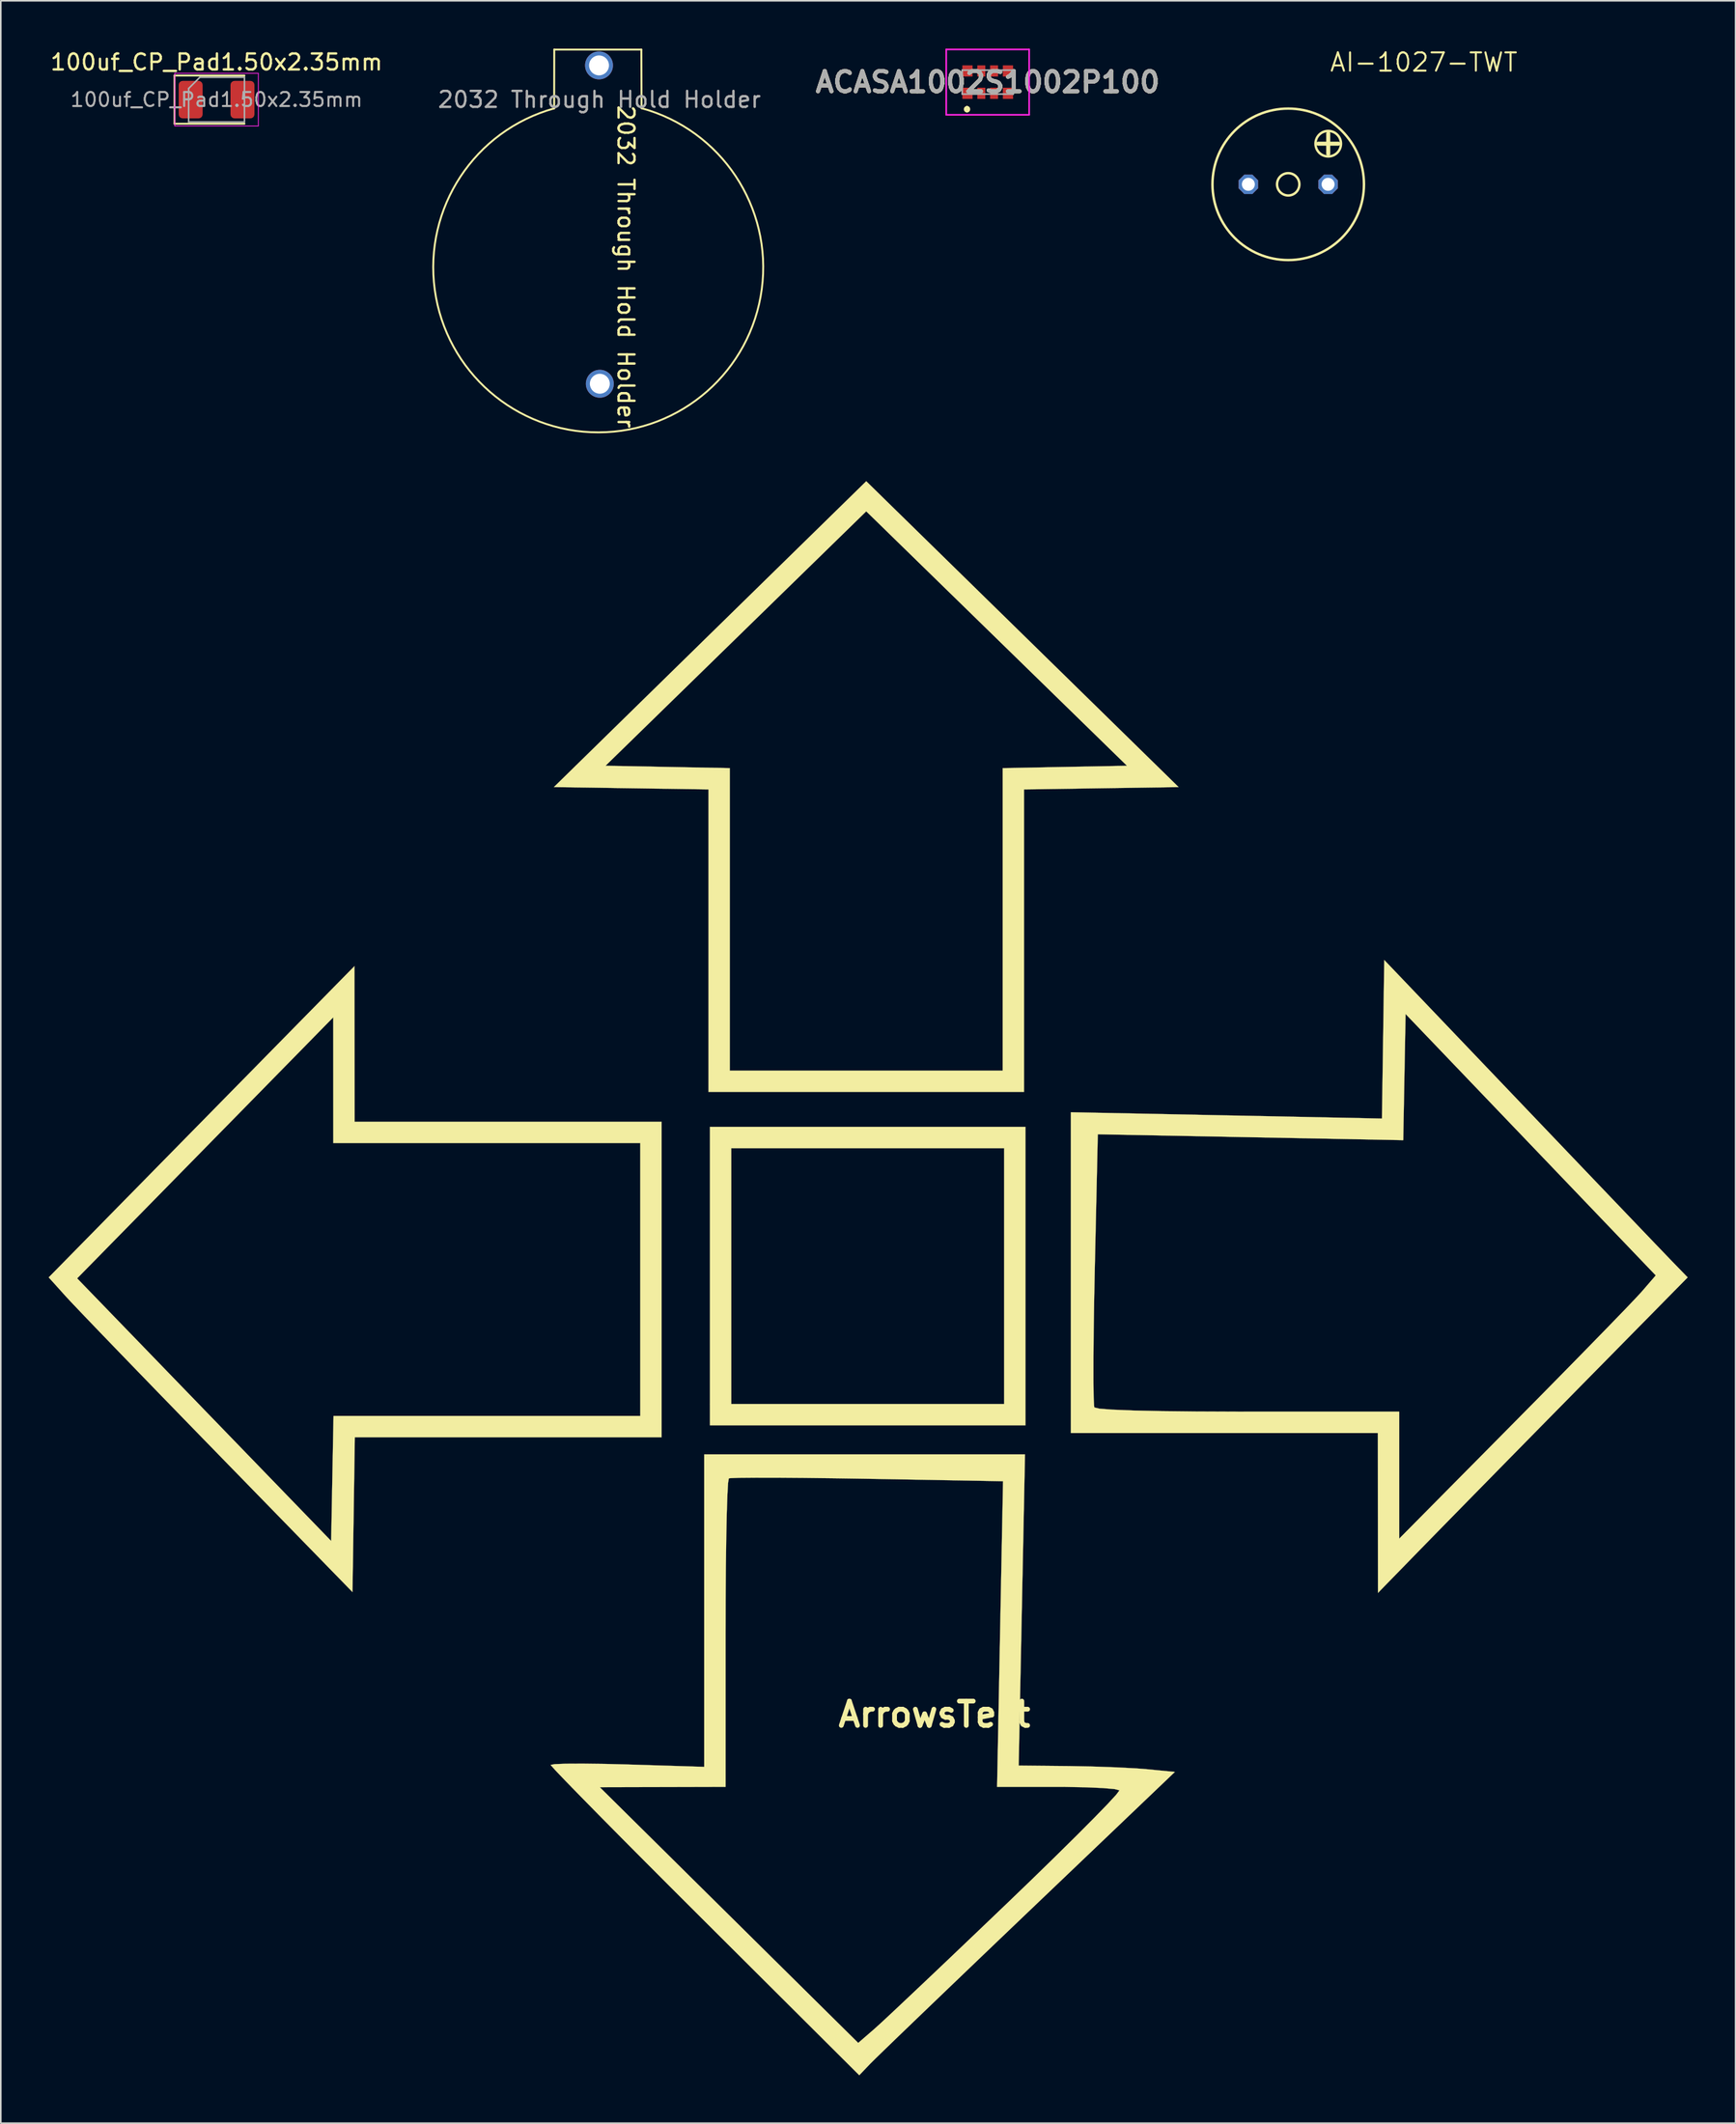
<source format=kicad_pcb>
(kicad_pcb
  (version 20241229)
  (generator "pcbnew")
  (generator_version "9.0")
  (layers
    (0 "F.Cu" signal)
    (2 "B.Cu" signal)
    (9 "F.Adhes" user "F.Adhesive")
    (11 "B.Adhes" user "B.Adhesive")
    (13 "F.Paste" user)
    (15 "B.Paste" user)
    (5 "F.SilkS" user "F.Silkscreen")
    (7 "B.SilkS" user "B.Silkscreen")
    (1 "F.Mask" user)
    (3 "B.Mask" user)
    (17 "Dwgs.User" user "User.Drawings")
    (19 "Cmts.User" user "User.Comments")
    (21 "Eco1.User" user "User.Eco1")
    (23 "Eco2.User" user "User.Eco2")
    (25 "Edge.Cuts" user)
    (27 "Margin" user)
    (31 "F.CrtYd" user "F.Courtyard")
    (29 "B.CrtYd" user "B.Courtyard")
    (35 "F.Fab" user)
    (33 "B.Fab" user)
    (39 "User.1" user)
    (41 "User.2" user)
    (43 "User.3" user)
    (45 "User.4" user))
  (footprint "AI-1027-TWT"
    (layer "F.Cu")
    (at 77.734 8.509)
    (property "Reference" "AI-1027-TWT" (at 2.54 -6.985 0) (unlocked yes) (layer "F.SilkS") (effects (font (size 1.143 1.143) (thickness 0.127)) (justify left bottom)))
    (fp_line (start 1.875 -2.548) (end 3.145 -2.548) (stroke (width 0.254) (type solid)) (layer "F.SilkS"))
    (fp_line (start 2.51 -3.183) (end 2.51 -1.913) (stroke (width 0.254) (type solid)) (layer "F.SilkS"))
    (fp_circle (center 0 0) (end 0.7 0) (stroke (width 0.152) (type solid)) (fill no) (layer "F.SilkS"))
    (fp_circle (center 0 0) (end 4.75 0) (stroke (width 0.152) (type solid)) (fill no) (layer "F.SilkS"))
    (fp_circle (center 2.51 -2.548) (end 3.31 -2.548) (stroke (width 0.152) (type solid)) (fill no) (layer "F.SilkS"))
    (pad "+" thru_hole roundrect (at 2.5 0) (size 1.219 1.219) (drill 0.813) (layers "*.Cu" "*.Mask") (roundrect_rratio 0.25) (chamfer_ratio 0.293) (chamfer top_left top_right bottom_left bottom_right))
    (pad "-" thru_hole roundrect (at -2.5 0) (size 1.219 1.219) (drill 0.813) (layers "*.Cu" "*.Mask") (roundrect_rratio 0.25) (chamfer_ratio 0.293) (chamfer top_left top_right bottom_left bottom_right)))
  (footprint "100uf_CP_Pad1.50x2.35mm"
    (layer "F.Cu")
    (at 10.53 3.198)
    (property "Reference" "100uf_CP_Pad1.50x2.35mm" (at 0 -2.35 0) (layer "F.SilkS") (effects (font (size 1 1) (thickness 0.15))))
    (attr smd)
    (fp_line (start -2.635 -1.51) (end -2.635 1.51) (stroke (width 0.12) (type solid)) (layer "F.SilkS"))
    (fp_line (start -2.635 1.51) (end 1.75 1.51) (stroke (width 0.12) (type solid)) (layer "F.SilkS"))
    (fp_line (start 1.75 -1.51) (end -2.635 -1.51) (stroke (width 0.12) (type solid)) (layer "F.SilkS"))
    (fp_line (start -2.62 -1.65) (end 2.62 -1.65) (stroke (width 0.05) (type solid)) (layer "F.CrtYd"))
    (fp_line (start -2.62 1.65) (end -2.62 -1.65) (stroke (width 0.05) (type solid)) (layer "F.CrtYd"))
    (fp_line (start 2.62 -1.65) (end 2.62 1.65) (stroke (width 0.05) (type solid)) (layer "F.CrtYd"))
    (fp_line (start 2.62 1.65) (end -2.62 1.65) (stroke (width 0.05) (type solid)) (layer "F.CrtYd"))
    (fp_line (start -1.75 -0.7) (end -1.75 1.4) (stroke (width 0.1) (type solid)) (layer "F.Fab"))
    (fp_line (start -1.75 1.4) (end 1.75 1.4) (stroke (width 0.1) (type solid)) (layer "F.Fab"))
    (fp_line (start -1.05 -1.4) (end -1.75 -0.7) (stroke (width 0.1) (type solid)) (layer "F.Fab"))
    (fp_line (start 1.75 -1.4) (end -1.05 -1.4) (stroke (width 0.1) (type solid)) (layer "F.Fab"))
    (fp_line (start 1.75 1.4) (end 1.75 -1.4) (stroke (width 0.1) (type solid)) (layer "F.Fab"))
    (fp_text user "${REFERENCE}" (at 0 0 0) (layer "F.Fab") (effects (font (size 0.88 0.88) (thickness 0.13))))
    (pad "1" smd roundrect (at -1.625 0) (size 1.5 2.35) (layers "F.Cu" "F.Mask" "F.Paste") (roundrect_rratio 0.167))
    (pad "2" smd roundrect (at 1.625 0) (size 1.5 2.35) (layers "F.Cu" "F.Mask" "F.Paste") (roundrect_rratio 0.167)))
  (footprint "ACASA1002S1002P100"
    (layer "F.Cu")
    (at 58.889 2.1)
    (property "Reference" "ACASA1002S1002P100" (at 0 0 0) (layer "F.SilkS") (effects (font (size 1.27 1.27) (thickness 0.254))))
    (attr smd)
    (fp_line (start -1.3 1.6) (end -1.3 1.6) (stroke (width 0.2) (type solid)) (layer "F.SilkS"))
    (fp_line (start -1.3 1.8) (end -1.3 1.8) (stroke (width 0.2) (type solid)) (layer "F.SilkS"))
    (fp_line (start -1.3 1.8) (end -1.3 1.8) (stroke (width 0.2) (type solid)) (layer "F.SilkS"))
    (fp_arc (start -1.3 1.6) (mid -1.2 1.7) (end -1.3 1.8) (stroke (width 0.2) (type solid)) (layer "F.SilkS"))
    (fp_arc (start -1.3 1.6) (mid -1.2 1.7) (end -1.3 1.8) (stroke (width 0.2) (type solid)) (layer "F.SilkS"))
    (fp_arc (start -1.3 1.8) (mid -1.4 1.7) (end -1.3 1.6) (stroke (width 0.2) (type solid)) (layer "F.SilkS"))
    (fp_line (start -2.6 -2.05) (end 2.6 -2.05) (stroke (width 0.1) (type solid)) (layer "F.CrtYd"))
    (fp_line (start -2.6 2.05) (end -2.6 -2.05) (stroke (width 0.1) (type solid)) (layer "F.CrtYd"))
    (fp_line (start 2.6 -2.05) (end 2.6 2.05) (stroke (width 0.1) (type solid)) (layer "F.CrtYd"))
    (fp_line (start 2.6 2.05) (end -2.6 2.05) (stroke (width 0.1) (type solid)) (layer "F.CrtYd"))
    (fp_line (start -1.6 -0.75) (end -1.6 0.75) (stroke (width 0.1) (type solid)) (layer "F.Fab"))
    (fp_line (start -1.6 0.75) (end 1.6 0.75) (stroke (width 0.1) (type solid)) (layer "F.Fab"))
    (fp_line (start 1.6 -0.75) (end -1.6 -0.75) (stroke (width 0.1) (type solid)) (layer "F.Fab"))
    (fp_line (start 1.6 0.75) (end 1.6 -0.75) (stroke (width 0.1) (type solid)) (layer "F.Fab"))
    (fp_text user "${REFERENCE}" (at 0 0 0) (layer "F.Fab") (effects (font (size 1.27 1.27) (thickness 0.254))))
    (pad "1" smd rect (at -1.27 0.7) (size 0.64 0.7) (layers "F.Cu" "F.Mask" "F.Paste"))
    (pad "2" smd rect (at -0.4 0.7) (size 0.5 0.7) (layers "F.Cu" "F.Mask" "F.Paste"))
    (pad "3" smd rect (at 0.4 0.7) (size 0.5 0.7) (layers "F.Cu" "F.Mask" "F.Paste"))
    (pad "4" smd rect (at 1.27 0.7) (size 0.64 0.7) (layers "F.Cu" "F.Mask" "F.Paste"))
    (pad "5" smd rect (at 1.27 -0.7) (size 0.64 0.7) (layers "F.Cu" "F.Mask" "F.Paste"))
    (pad "6" smd rect (at 0.4 -0.7) (size 0.5 0.7) (layers "F.Cu" "F.Mask" "F.Paste"))
    (pad "7" smd rect (at -0.4 -0.7) (size 0.5 0.7) (layers "F.Cu" "F.Mask" "F.Paste"))
    (pad "8" smd rect (at -1.27 -0.7) (size 0.64 0.7) (layers "F.Cu" "F.Mask" "F.Paste")))
  (footprint "2032 Through Hold Holder"
    (layer "F.Cu")
    (at 34.514 0.67)
    (property "Reference" "2032 Through Hold Holder" (at 1.681 13.006 270) (unlocked yes) (layer "F.SilkS") (effects (font (size 1 1) (thickness 0.15))))
    (attr through_hole)
    (fp_line (start -2.807 -0.61) (end -2.813 3.078) (stroke (width 0.12) (type solid)) (layer "F.SilkS"))
    (fp_line (start 2.654 -0.61) (end -2.807 -0.61) (stroke (width 0.12) (type solid)) (layer "F.SilkS"))
    (fp_line (start 2.669 3.066) (end 2.654 -0.61) (stroke (width 0.12) (type solid)) (layer "F.SilkS"))
    (fp_arc (start 2.668653 3.065662) (mid -0.0254 23.3934) (end -2.812745 3.078244) (stroke (width 0.12) (type solid)) (layer "F.SilkS"))
    (fp_text user "${REFERENCE}" (at 0.025 2.525 0) (unlocked yes) (layer "F.Fab") (effects (font (size 1 1) (thickness 0.15))))
    (pad "1" thru_hole circle (at 0.051 20.345) (size 1.752 1.752) (drill 1.25) (layers "*.Cu" "*.Mask"))
    (pad "2" thru_hole circle (at 0 0.381) (size 1.752 1.752) (drill 1.25) (layers "*.Cu" "*.Mask")))
  (footprint "ArrowsTest"
    (layer "F.Cu")
    (at 55.55 104.46)
    (property "Reference" "ArrowsTest" (at 0 0 0) (layer "F.SilkS") (effects (font (size 1.524 1.524) (thickness 0.3))))
    (attr through_hole)
    (fp_poly (pts (xy 5.706 -18.13) (xy -14.08 -18.13) (xy -14.08 -35.509) (xy -12.743 -35.509) (xy -12.743 -19.467) (xy 4.369 -19.467) (xy 4.369 -35.509) (xy -12.743 -35.509) (xy -14.08 -35.509) (xy -14.08 -36.846) (xy 5.706 -36.846) (xy 5.706 -18.13)) (stroke (width 0.01) (type solid)) (fill yes) (layer "F.SilkS"))
    (fp_poly (pts (xy 5.516 -67.743) (xy 15.309 -58.153) (xy 10.462 -58.08) (xy 5.615 -58.007) (xy 5.615 -39.036) (xy -14.171 -39.036) (xy -14.171 -58.007) (xy -19.018 -58.08) (xy -23.865 -58.153) (xy -22.5 -59.489) (xy -20.628 -59.489) (xy -16.731 -59.415) (xy -12.834 -59.341) (xy -12.834 -40.373) (xy 4.278 -40.373) (xy 4.278 -59.341) (xy 12.073 -59.489) (xy 3.897 -67.467) (xy -4.278 -75.445) (xy -12.453 -67.467) (xy -20.628 -59.489) (xy -22.5 -59.489) (xy -14.072 -67.743) (xy -4.278 -77.332) (xy 5.516 -67.743)) (stroke (width 0.01) (type solid)) (fill yes) (layer "F.SilkS"))
    (fp_poly (pts (xy -36.367 -42.044) (xy -36.362 -37.164) (xy -17.112 -37.164) (xy -17.112 -17.379) (xy -36.35 -17.379) (xy -36.423 -12.526) (xy -36.496 -7.673) (xy -44.937 -16.336) (xy -46.721 -18.169) (xy -48.425 -19.923) (xy -50.005 -21.554) (xy -51.418 -23.016) (xy -52.619 -24.263) (xy -53.564 -25.25) (xy -54.211 -25.932) (xy -54.461 -26.202) (xy -55.49 -27.344) (xy -53.762 -27.344) (xy -37.833 -10.876) (xy -37.759 -14.796) (xy -37.685 -18.716) (xy -18.448 -18.716) (xy -18.448 -35.827) (xy -37.699 -35.827) (xy -37.702 -43.715) (xy -40.586 -40.774) (xy -41.593 -39.747) (xy -42.884 -38.431) (xy -44.366 -36.92) (xy -45.951 -35.305) (xy -47.545 -33.68) (xy -48.616 -32.588) (xy -53.762 -27.344) (xy -55.49 -27.344) (xy -55.545 -27.405) (xy -45.959 -37.164) (xy -36.372 -46.923) (xy -36.367 -42.044)) (stroke (width 0.01) (type solid)) (fill yes) (layer "F.SilkS"))
    (fp_poly (pts (xy 36.629 -38.483) (xy 38.401 -36.627) (xy 40.094 -34.853) (xy 41.666 -33.208) (xy 43.073 -31.736) (xy 44.272 -30.482) (xy 45.22 -29.492) (xy 45.874 -28.81) (xy 46.142 -28.531) (xy 47.233 -27.405) (xy 40.519 -20.587) (xy 38.805 -18.845) (xy 37.068 -17.079) (xy 35.38 -15.36) (xy 33.812 -13.762) (xy 32.435 -12.357) (xy 31.319 -11.217) (xy 30.809 -10.695) (xy 27.812 -7.62) (xy 27.809 -12.633) (xy 27.806 -17.646) (xy 8.556 -17.646) (xy 8.556 -20.918) (xy 9.969 -20.918) (xy 9.982 -19.916) (xy 10.009 -19.348) (xy 10.028 -19.248) (xy 10.34 -19.173) (xy 11.161 -19.11) (xy 12.463 -19.058) (xy 14.22 -19.02) (xy 16.406 -18.995) (xy 18.993 -18.984) (xy 19.667 -18.983) (xy 29.143 -18.983) (xy 29.143 -11.02) (xy 36.327 -18.277) (xy 37.974 -19.944) (xy 39.534 -21.529) (xy 40.958 -22.983) (xy 42.201 -24.258) (xy 43.213 -25.303) (xy 43.946 -26.071) (xy 44.355 -26.512) (xy 44.371 -26.532) (xy 45.232 -27.529) (xy 37.388 -35.726) (xy 29.544 -43.923) (xy 29.47 -39.966) (xy 29.396 -36.01) (xy 19.819 -36.195) (xy 10.243 -36.379) (xy 10.054 -27.946) (xy 10.012 -25.869) (xy 9.984 -23.961) (xy 9.97 -22.288) (xy 9.969 -20.918) (xy 8.556 -20.918) (xy 8.556 -37.761) (xy 18.309 -37.564) (xy 28.062 -37.366) (xy 28.135 -42.337) (xy 28.207 -47.308) (xy 36.629 -38.483)) (stroke (width 0.01) (type solid)) (fill yes) (layer "F.SilkS"))
    (fp_poly (pts (xy 5.479 -6.551) (xy 5.281 3.208) (xy 8.456 3.24) (xy 9.916 3.268) (xy 11.377 3.319) (xy 12.643 3.385) (xy 13.353 3.44) (xy 15.075 3.609) (xy 5.866 12.399) (xy 3.99 14.191) (xy 2.214 15.891) (xy 0.579 17.458) (xy -0.874 18.853) (xy -2.104 20.036) (xy -3.068 20.967) (xy -3.726 21.607) (xy -4.029 21.908) (xy -4.716 22.627) (xy -14.394 12.984) (xy -16.27 11.112) (xy -18.027 9.352) (xy -19.627 7.742) (xy -21.037 6.317) (xy -22.219 5.113) (xy -22.753 4.565) (xy -20.988 4.565) (xy -12.885 12.584) (xy -4.781 20.602) (xy -3.77 19.726) (xy -3.347 19.342) (xy -2.589 18.636) (xy -1.547 17.654) (xy -0.269 16.445) (xy 1.193 15.056) (xy 2.788 13.534) (xy 4.468 11.928) (xy 4.486 11.911) (xy 6.113 10.344) (xy 7.605 8.889) (xy 8.922 7.589) (xy 10.021 6.485) (xy 10.861 5.619) (xy 11.401 5.032) (xy 11.598 4.767) (xy 11.597 4.759) (xy 11.296 4.682) (xy 10.561 4.618) (xy 9.49 4.571) (xy 8.184 4.547) (xy 7.696 4.545) (xy 3.927 4.545) (xy 4.114 -5.039) (xy 4.301 -14.623) (xy -4.195 -14.775) (xy -6.276 -14.808) (xy -8.186 -14.831) (xy -9.858 -14.844) (xy -11.227 -14.845) (xy -12.228 -14.836) (xy -12.794 -14.816) (xy -12.896 -14.8) (xy -12.943 -14.513) (xy -12.986 -13.752) (xy -13.025 -12.577) (xy -13.057 -11.05) (xy -13.081 -9.232) (xy -13.096 -7.182) (xy -13.101 -5.064) (xy -13.101 4.545) (xy -20.988 4.565) (xy -22.753 4.565) (xy -23.14 4.168) (xy -23.762 3.516) (xy -24.051 3.194) (xy -24.067 3.167) (xy -23.813 3.119) (xy -23.108 3.092) (xy -22.038 3.087) (xy -20.687 3.104) (xy -19.251 3.14) (xy -14.438 3.289) (xy -14.438 -16.309) (xy 5.677 -16.309) (xy 5.479 -6.551)) (stroke (width 0.01) (type solid)) (fill yes) (layer "F.SilkS")))
  (gr_rect
    (start -3 -3)
    (end 105.787 130.092)
    (stroke (width 0.1) (type default))
    (fill no)
    (layer "Edge.Cuts")))
</source>
